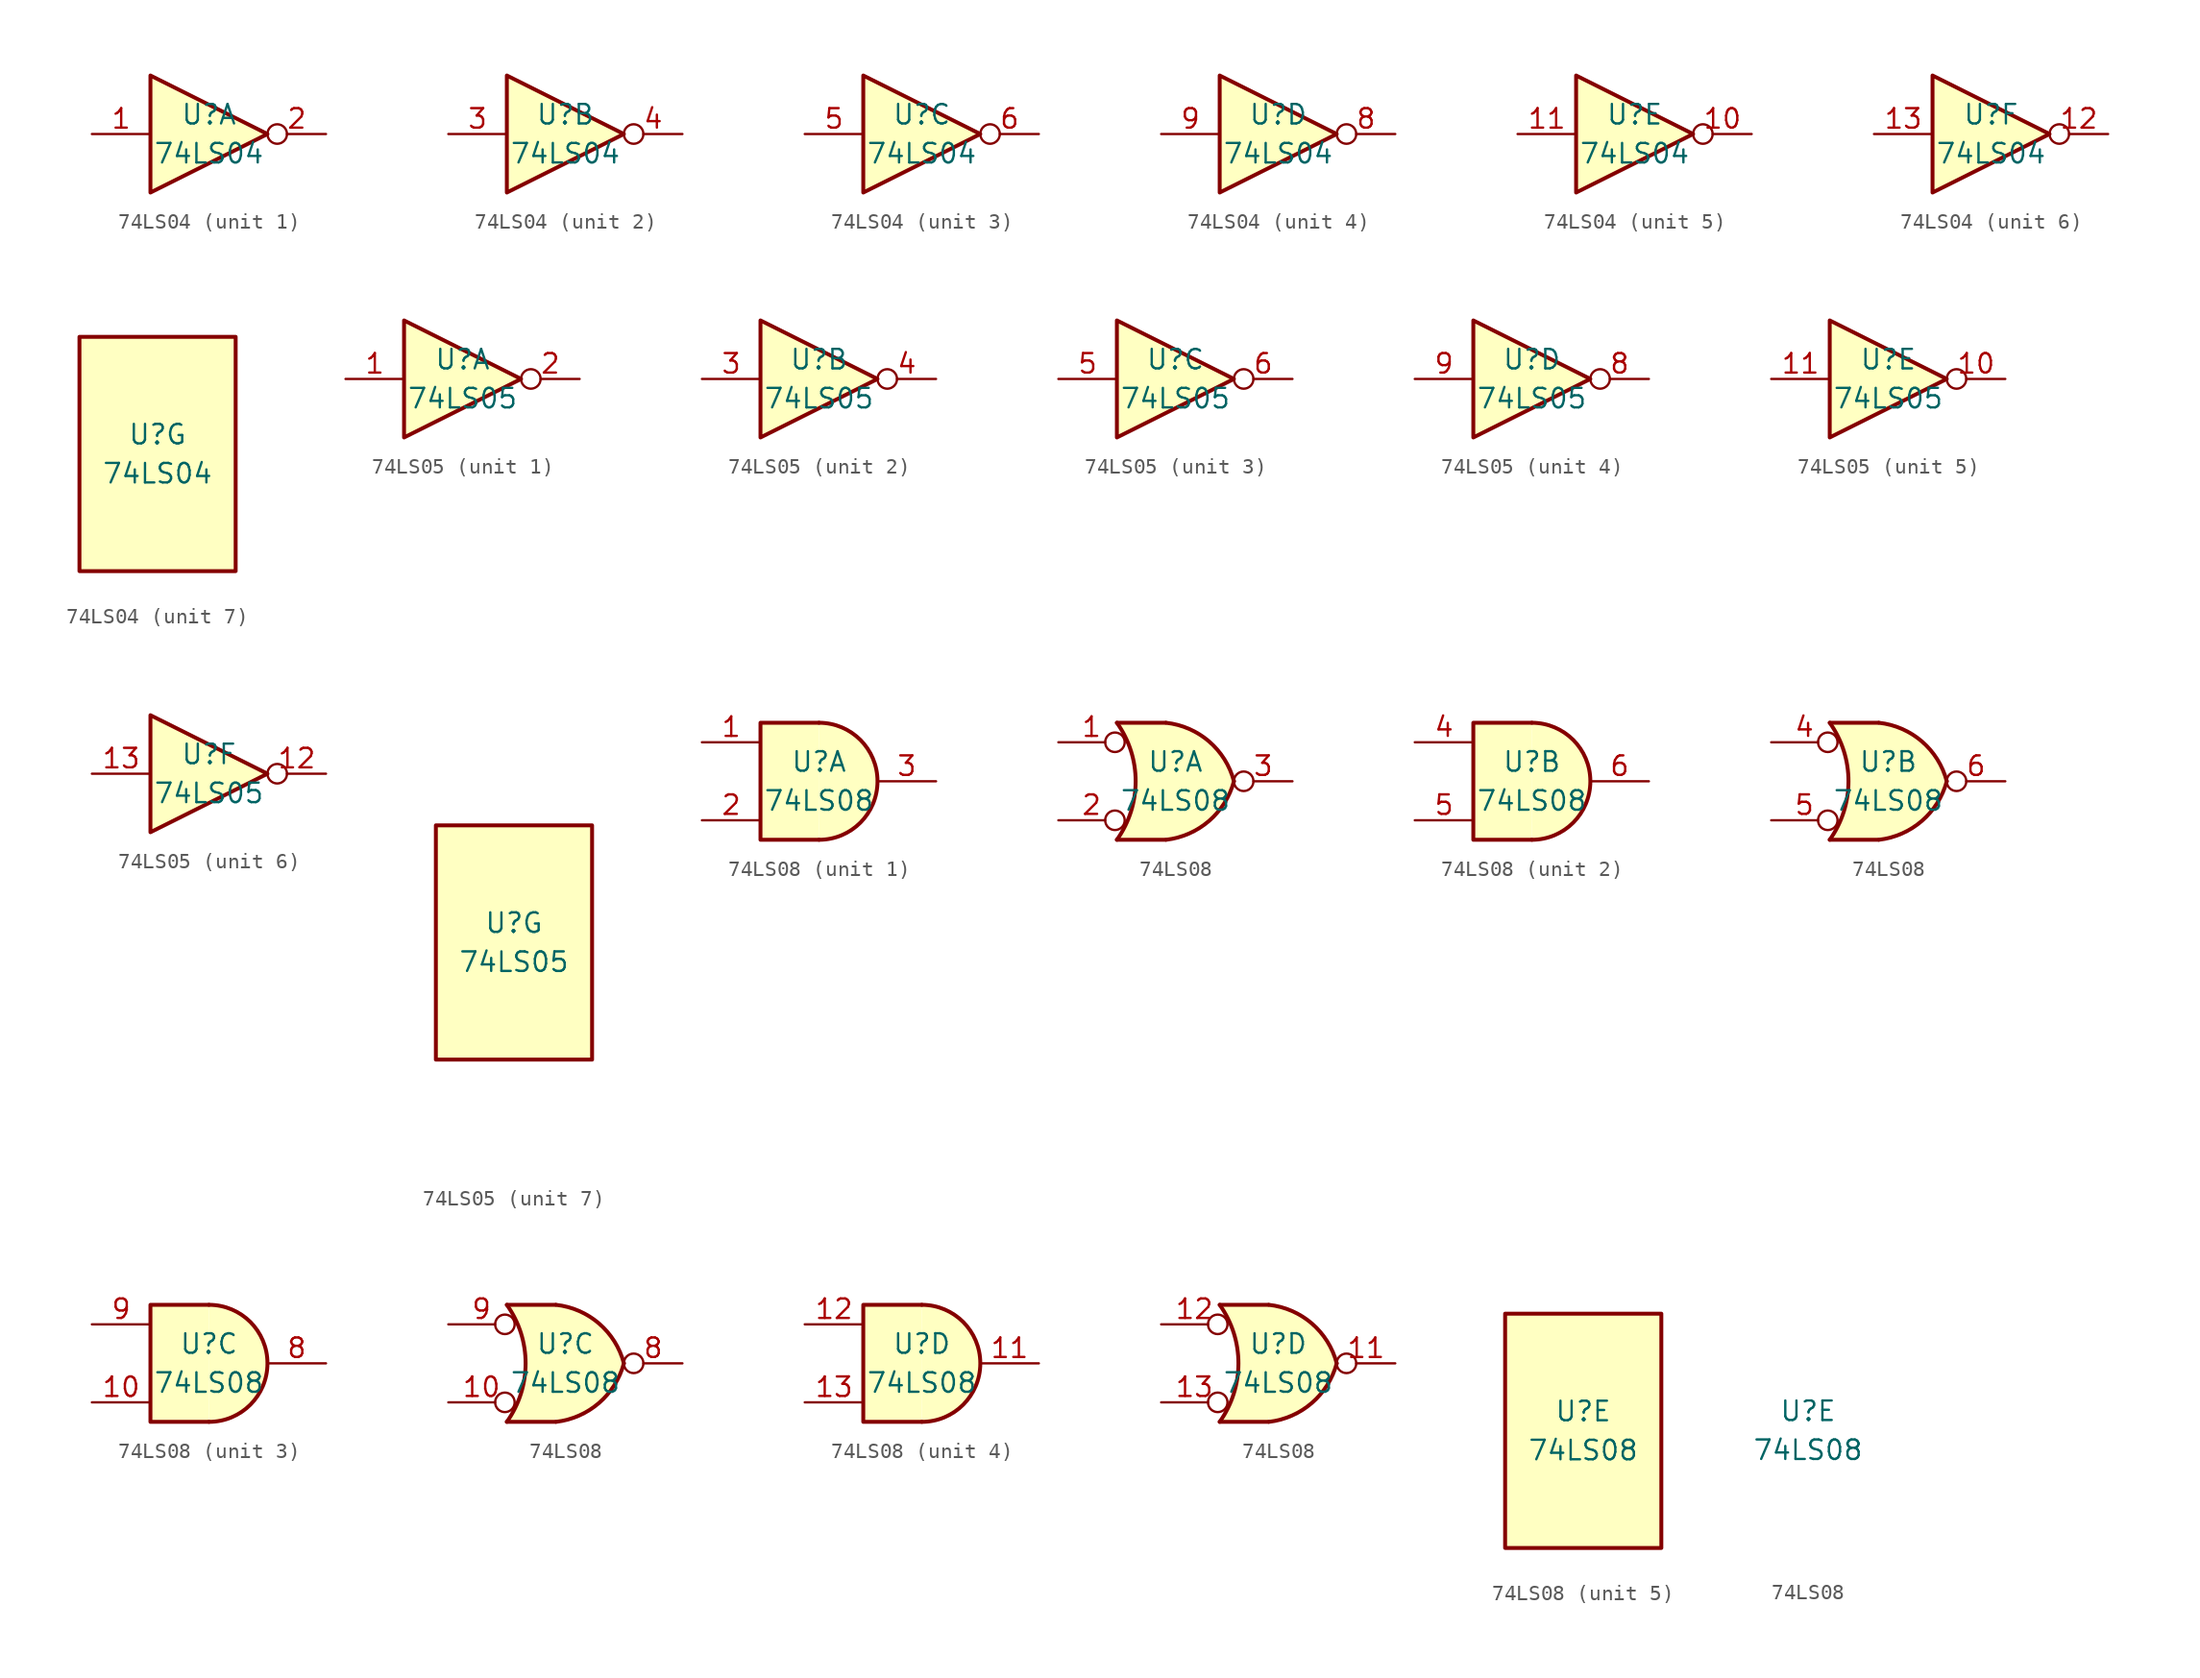
<source format=kicad_sym>
(kicad_symbol_lib
  (version 20211014)
  (generator kicad_symbol_editor)
  (symbol "74LS04"
    (pin_names
      (offset 1.016))
    (property "Reference" "U"
      (at 0 1.27 0)
      (effects (font (size 1.27 1.27))))
    (property "Value" "74LS04"
      (at 0 -1.27 0)
      (effects (font (size 1.27 1.27))))
    (property "ki_locked" ""
      (at 0 0 0)
      (effects (font (size 1.27 1.27))))
    (symbol "74LS04_1_0"
      (polyline (pts (xy -3.81 3.81) (xy -3.81 -3.81) (xy 3.81 0) (xy -3.81 3.81)) (stroke (width 0.254) (type default) (color 0 0 0 0)) (fill (type background)))
      (pin input line (at -7.62 0 0) (length 3.81) (name "~" (effects (font (size 1.27 1.27)))) (number "1" (effects (font (size 1.27 1.27)))))
      (pin output inverted (at 7.62 0 180) (length 3.81) (name "~" (effects (font (size 1.27 1.27)))) (number "2" (effects (font (size 1.27 1.27))))))
    (symbol "74LS04_2_0"
      (polyline (pts (xy -3.81 3.81) (xy -3.81 -3.81) (xy 3.81 0) (xy -3.81 3.81)) (stroke (width 0.254) (type default) (color 0 0 0 0)) (fill (type background)))
      (pin input line (at -7.62 0 0) (length 3.81) (name "~" (effects (font (size 1.27 1.27)))) (number "3" (effects (font (size 1.27 1.27)))))
      (pin output inverted (at 7.62 0 180) (length 3.81) (name "~" (effects (font (size 1.27 1.27)))) (number "4" (effects (font (size 1.27 1.27))))))
    (symbol "74LS04_3_0"
      (polyline (pts (xy -3.81 3.81) (xy -3.81 -3.81) (xy 3.81 0) (xy -3.81 3.81)) (stroke (width 0.254) (type default) (color 0 0 0 0)) (fill (type background)))
      (pin input line (at -7.62 0 0) (length 3.81) (name "~" (effects (font (size 1.27 1.27)))) (number "5" (effects (font (size 1.27 1.27)))))
      (pin output inverted (at 7.62 0 180) (length 3.81) (name "~" (effects (font (size 1.27 1.27)))) (number "6" (effects (font (size 1.27 1.27))))))
    (symbol "74LS04_4_0"
      (polyline (pts (xy -3.81 3.81) (xy -3.81 -3.81) (xy 3.81 0) (xy -3.81 3.81)) (stroke (width 0.254) (type default) (color 0 0 0 0)) (fill (type background)))
      (pin output inverted (at 7.62 0 180) (length 3.81) (name "~" (effects (font (size 1.27 1.27)))) (number "8" (effects (font (size 1.27 1.27)))))
      (pin input line (at -7.62 0 0) (length 3.81) (name "~" (effects (font (size 1.27 1.27)))) (number "9" (effects (font (size 1.27 1.27))))))
    (symbol "74LS04_5_0"
      (polyline (pts (xy -3.81 3.81) (xy -3.81 -3.81) (xy 3.81 0) (xy -3.81 3.81)) (stroke (width 0.254) (type default) (color 0 0 0 0)) (fill (type background)))
      (pin output inverted (at 7.62 0 180) (length 3.81) (name "~" (effects (font (size 1.27 1.27)))) (number "10" (effects (font (size 1.27 1.27)))))
      (pin input line (at -7.62 0 0) (length 3.81) (name "~" (effects (font (size 1.27 1.27)))) (number "11" (effects (font (size 1.27 1.27))))))
    (symbol "74LS04_6_0"
      (polyline (pts (xy -3.81 3.81) (xy -3.81 -3.81) (xy 3.81 0) (xy -3.81 3.81)) (stroke (width 0.254) (type default) (color 0 0 0 0)) (fill (type background)))
      (pin output inverted (at 7.62 0 180) (length 3.81) (name "~" (effects (font (size 1.27 1.27)))) (number "12" (effects (font (size 1.27 1.27)))))
      (pin input line (at -7.62 0 0) (length 3.81) (name "~" (effects (font (size 1.27 1.27)))) (number "13" (effects (font (size 1.27 1.27))))))
    (symbol "74LS04_7_0"
      (pin power_in line (at 0 7.62 270) (length 5.08) hide (name "VCC" (effects (font (size 1.27 1.27)))) (number "14" (effects (font (size 1.27 1.27)))))
      (pin power_in line (at 0 -7.62 90) (length 5.08) hide (name "VSS" (effects (font (size 1.27 1.27)))) (number "7" (effects (font (size 1.27 1.27))))))
    (symbol "74LS04_7_1"
      (rectangle (start -5.08 7.62) (end 5.08 -7.62) (stroke (width 0.254) (type default) (color 0 0 0 0)) (fill (type background)))))
  (symbol "74LS05"
    (pin_names
      (offset 1.016))
    (property "Reference" "U"
      (at 0 1.27 0)
      (effects (font (size 1.27 1.27))))
    (property "Value" "74LS05"
      (at 0 -1.27 0)
      (effects (font (size 1.27 1.27))))
    (property "ki_locked" ""
      (at 0 0 0)
      (effects (font (size 1.27 1.27))))
    (symbol "74LS05_1_0"
      (polyline (pts (xy -3.81 3.81) (xy -3.81 -3.81) (xy 3.81 0) (xy -3.81 3.81)) (stroke (width 0.254) (type default) (color 0 0 0 0)) (fill (type background)))
      (pin input line (at -7.62 0 0) (length 3.81) (name "~" (effects (font (size 1.27 1.27)))) (number "1" (effects (font (size 1.27 1.27)))))
      (pin open_collector inverted (at 7.62 0 180) (length 3.81) (name "~" (effects (font (size 1.27 1.27)))) (number "2" (effects (font (size 1.27 1.27))))))
    (symbol "74LS05_2_0"
      (polyline (pts (xy -3.81 3.81) (xy -3.81 -3.81) (xy 3.81 0) (xy -3.81 3.81)) (stroke (width 0.254) (type default) (color 0 0 0 0)) (fill (type background)))
      (pin input line (at -7.62 0 0) (length 3.81) (name "~" (effects (font (size 1.27 1.27)))) (number "3" (effects (font (size 1.27 1.27)))))
      (pin open_collector inverted (at 7.62 0 180) (length 3.81) (name "~" (effects (font (size 1.27 1.27)))) (number "4" (effects (font (size 1.27 1.27))))))
    (symbol "74LS05_3_0"
      (polyline (pts (xy -3.81 3.81) (xy -3.81 -3.81) (xy 3.81 0) (xy -3.81 3.81)) (stroke (width 0.254) (type default) (color 0 0 0 0)) (fill (type background)))
      (pin input line (at -7.62 0 0) (length 3.81) (name "~" (effects (font (size 1.27 1.27)))) (number "5" (effects (font (size 1.27 1.27)))))
      (pin open_collector inverted (at 7.62 0 180) (length 3.81) (name "~" (effects (font (size 1.27 1.27)))) (number "6" (effects (font (size 1.27 1.27))))))
    (symbol "74LS05_4_0"
      (polyline (pts (xy -3.81 3.81) (xy -3.81 -3.81) (xy 3.81 0) (xy -3.81 3.81)) (stroke (width 0.254) (type default) (color 0 0 0 0)) (fill (type background)))
      (pin open_collector inverted (at 7.62 0 180) (length 3.81) (name "~" (effects (font (size 1.27 1.27)))) (number "8" (effects (font (size 1.27 1.27)))))
      (pin input line (at -7.62 0 0) (length 3.81) (name "~" (effects (font (size 1.27 1.27)))) (number "9" (effects (font (size 1.27 1.27))))))
    (symbol "74LS05_5_0"
      (polyline (pts (xy -3.81 3.81) (xy -3.81 -3.81) (xy 3.81 0) (xy -3.81 3.81)) (stroke (width 0.254) (type default) (color 0 0 0 0)) (fill (type background)))
      (pin open_collector inverted (at 7.62 0 180) (length 3.81) (name "~" (effects (font (size 1.27 1.27)))) (number "10" (effects (font (size 1.27 1.27)))))
      (pin input line (at -7.62 0 0) (length 3.81) (name "~" (effects (font (size 1.27 1.27)))) (number "11" (effects (font (size 1.27 1.27))))))
    (symbol "74LS05_6_0"
      (polyline (pts (xy -3.81 3.81) (xy -3.81 -3.81) (xy 3.81 0) (xy -3.81 3.81)) (stroke (width 0.254) (type default) (color 0 0 0 0)) (fill (type background)))
      (pin open_collector inverted (at 7.62 0 180) (length 3.81) (name "~" (effects (font (size 1.27 1.27)))) (number "12" (effects (font (size 1.27 1.27)))))
      (pin input line (at -7.62 0 0) (length 3.81) (name "~" (effects (font (size 1.27 1.27)))) (number "13" (effects (font (size 1.27 1.27))))))
    (symbol "74LS05_7_0"
      (pin input line (at 0 12.7 270) (length 5.08) hide (name "VCC" (effects (font (size 1.27 1.27)))) (number "14" (effects (font (size 1.27 1.27)))))
      (pin input line (at 0 -12.7 90) (length 5.08) hide (name "GND" (effects (font (size 1.27 1.27)))) (number "7" (effects (font (size 1.27 1.27))))))
    (symbol "74LS05_7_1"
      (rectangle (start -5.08 7.62) (end 5.08 -7.62) (stroke (width 0.254) (type default) (color 0 0 0 0)) (fill (type background)))))
  (symbol "74LS08"
    (pin_names
      (offset 1.016))
    (property "Reference" "U"
      (at 0 1.27 0)
      (effects (font (size 1.27 1.27))))
    (property "Value" "74LS08"
      (at 0 -1.27 0)
      (effects (font (size 1.27 1.27))))
    (property "ki_locked" ""
      (at 0 0 0)
      (effects (font (size 1.27 1.27))))
    (symbol "74LS08_1_1"
      (arc (start 0 -3.81) (mid 3.81 0) (end 0 3.81) (stroke (width 0.254) (type default) (color 0 0 0 0)) (fill (type background)))
      (polyline (pts (xy 0 3.81) (xy -3.81 3.81) (xy -3.81 -3.81) (xy 0 -3.81)) (stroke (width 0.254) (type default) (color 0 0 0 0)) (fill (type background)))
      (pin input line (at -7.62 2.54 0) (length 3.81) (name "~" (effects (font (size 1.27 1.27)))) (number "1" (effects (font (size 1.27 1.27)))))
      (pin input line (at -7.62 -2.54 0) (length 3.81) (name "~" (effects (font (size 1.27 1.27)))) (number "2" (effects (font (size 1.27 1.27)))))
      (pin output line (at 7.62 0 180) (length 3.81) (name "~" (effects (font (size 1.27 1.27)))) (number "3" (effects (font (size 1.27 1.27))))))
    (symbol "74LS08_1_2"
      (arc (start -3.81 -3.81) (mid -2.589 0) (end -3.81 3.81) (stroke (width 0.254) (type default) (color 0 0 0 0)) (fill (type none)))
      (arc (start -0.6096 -3.81) (mid 2.1842 -2.5851) (end 3.81 0) (stroke (width 0.254) (type default) (color 0 0 0 0)) (fill (type background)))
      (polyline (pts (xy -3.81 -3.81) (xy -0.635 -3.81)) (stroke (width 0.254) (type default) (color 0 0 0 0)) (fill (type background)))
      (polyline (pts (xy -3.81 3.81) (xy -0.635 3.81)) (stroke (width 0.254) (type default) (color 0 0 0 0)) (fill (type background)))
      (polyline (pts (xy -0.635 3.81) (xy -3.81 3.81) (xy -3.81 3.81) (xy -3.556 3.404) (xy -3.023 2.261) (xy -2.692 1.041) (xy -2.616 -0.254) (xy -2.769 -1.499) (xy -3.175 -2.718) (xy -3.81 -3.81) (xy -3.81 -3.81) (xy -0.635 -3.81)) (stroke (width -25.4) (type default) (color 0 0 0 0)) (fill (type background)))
      (arc (start 3.81 0) (mid 2.1915 2.5936) (end -0.6096 3.81) (stroke (width 0.254) (type default) (color 0 0 0 0)) (fill (type background)))
      (pin input inverted (at -7.62 2.54 0) (length 4.318) (name "~" (effects (font (size 1.27 1.27)))) (number "1" (effects (font (size 1.27 1.27)))))
      (pin input inverted (at -7.62 -2.54 0) (length 4.318) (name "~" (effects (font (size 1.27 1.27)))) (number "2" (effects (font (size 1.27 1.27)))))
      (pin output inverted (at 7.62 0 180) (length 3.81) (name "~" (effects (font (size 1.27 1.27)))) (number "3" (effects (font (size 1.27 1.27))))))
    (symbol "74LS08_2_1"
      (arc (start 0 -3.81) (mid 3.81 0) (end 0 3.81) (stroke (width 0.254) (type default) (color 0 0 0 0)) (fill (type background)))
      (polyline (pts (xy 0 3.81) (xy -3.81 3.81) (xy -3.81 -3.81) (xy 0 -3.81)) (stroke (width 0.254) (type default) (color 0 0 0 0)) (fill (type background)))
      (pin input line (at -7.62 2.54 0) (length 3.81) (name "~" (effects (font (size 1.27 1.27)))) (number "4" (effects (font (size 1.27 1.27)))))
      (pin input line (at -7.62 -2.54 0) (length 3.81) (name "~" (effects (font (size 1.27 1.27)))) (number "5" (effects (font (size 1.27 1.27)))))
      (pin output line (at 7.62 0 180) (length 3.81) (name "~" (effects (font (size 1.27 1.27)))) (number "6" (effects (font (size 1.27 1.27))))))
    (symbol "74LS08_2_2"
      (arc (start -3.81 -3.81) (mid -2.589 0) (end -3.81 3.81) (stroke (width 0.254) (type default) (color 0 0 0 0)) (fill (type none)))
      (arc (start -0.6096 -3.81) (mid 2.1842 -2.5851) (end 3.81 0) (stroke (width 0.254) (type default) (color 0 0 0 0)) (fill (type background)))
      (polyline (pts (xy -3.81 -3.81) (xy -0.635 -3.81)) (stroke (width 0.254) (type default) (color 0 0 0 0)) (fill (type background)))
      (polyline (pts (xy -3.81 3.81) (xy -0.635 3.81)) (stroke (width 0.254) (type default) (color 0 0 0 0)) (fill (type background)))
      (polyline (pts (xy -0.635 3.81) (xy -3.81 3.81) (xy -3.81 3.81) (xy -3.556 3.404) (xy -3.023 2.261) (xy -2.692 1.041) (xy -2.616 -0.254) (xy -2.769 -1.499) (xy -3.175 -2.718) (xy -3.81 -3.81) (xy -3.81 -3.81) (xy -0.635 -3.81)) (stroke (width -25.4) (type default) (color 0 0 0 0)) (fill (type background)))
      (arc (start 3.81 0) (mid 2.1915 2.5936) (end -0.6096 3.81) (stroke (width 0.254) (type default) (color 0 0 0 0)) (fill (type background)))
      (pin input inverted (at -7.62 2.54 0) (length 4.318) (name "~" (effects (font (size 1.27 1.27)))) (number "4" (effects (font (size 1.27 1.27)))))
      (pin input inverted (at -7.62 -2.54 0) (length 4.318) (name "~" (effects (font (size 1.27 1.27)))) (number "5" (effects (font (size 1.27 1.27)))))
      (pin output inverted (at 7.62 0 180) (length 3.81) (name "~" (effects (font (size 1.27 1.27)))) (number "6" (effects (font (size 1.27 1.27))))))
    (symbol "74LS08_3_1"
      (arc (start 0 -3.81) (mid 3.81 0) (end 0 3.81) (stroke (width 0.254) (type default) (color 0 0 0 0)) (fill (type background)))
      (polyline (pts (xy 0 3.81) (xy -3.81 3.81) (xy -3.81 -3.81) (xy 0 -3.81)) (stroke (width 0.254) (type default) (color 0 0 0 0)) (fill (type background)))
      (pin input line (at -7.62 -2.54 0) (length 3.81) (name "~" (effects (font (size 1.27 1.27)))) (number "10" (effects (font (size 1.27 1.27)))))
      (pin output line (at 7.62 0 180) (length 3.81) (name "~" (effects (font (size 1.27 1.27)))) (number "8" (effects (font (size 1.27 1.27)))))
      (pin input line (at -7.62 2.54 0) (length 3.81) (name "~" (effects (font (size 1.27 1.27)))) (number "9" (effects (font (size 1.27 1.27))))))
    (symbol "74LS08_3_2"
      (arc (start -3.81 -3.81) (mid -2.589 0) (end -3.81 3.81) (stroke (width 0.254) (type default) (color 0 0 0 0)) (fill (type none)))
      (arc (start -0.6096 -3.81) (mid 2.1842 -2.5851) (end 3.81 0) (stroke (width 0.254) (type default) (color 0 0 0 0)) (fill (type background)))
      (polyline (pts (xy -3.81 -3.81) (xy -0.635 -3.81)) (stroke (width 0.254) (type default) (color 0 0 0 0)) (fill (type background)))
      (polyline (pts (xy -3.81 3.81) (xy -0.635 3.81)) (stroke (width 0.254) (type default) (color 0 0 0 0)) (fill (type background)))
      (polyline (pts (xy -0.635 3.81) (xy -3.81 3.81) (xy -3.81 3.81) (xy -3.556 3.404) (xy -3.023 2.261) (xy -2.692 1.041) (xy -2.616 -0.254) (xy -2.769 -1.499) (xy -3.175 -2.718) (xy -3.81 -3.81) (xy -3.81 -3.81) (xy -0.635 -3.81)) (stroke (width -25.4) (type default) (color 0 0 0 0)) (fill (type background)))
      (arc (start 3.81 0) (mid 2.1915 2.5936) (end -0.6096 3.81) (stroke (width 0.254) (type default) (color 0 0 0 0)) (fill (type background)))
      (pin input inverted (at -7.62 -2.54 0) (length 4.318) (name "~" (effects (font (size 1.27 1.27)))) (number "10" (effects (font (size 1.27 1.27)))))
      (pin output inverted (at 7.62 0 180) (length 3.81) (name "~" (effects (font (size 1.27 1.27)))) (number "8" (effects (font (size 1.27 1.27)))))
      (pin input inverted (at -7.62 2.54 0) (length 4.318) (name "~" (effects (font (size 1.27 1.27)))) (number "9" (effects (font (size 1.27 1.27))))))
    (symbol "74LS08_4_1"
      (arc (start 0 -3.81) (mid 3.81 0) (end 0 3.81) (stroke (width 0.254) (type default) (color 0 0 0 0)) (fill (type background)))
      (polyline (pts (xy 0 3.81) (xy -3.81 3.81) (xy -3.81 -3.81) (xy 0 -3.81)) (stroke (width 0.254) (type default) (color 0 0 0 0)) (fill (type background)))
      (pin output line (at 7.62 0 180) (length 3.81) (name "~" (effects (font (size 1.27 1.27)))) (number "11" (effects (font (size 1.27 1.27)))))
      (pin input line (at -7.62 2.54 0) (length 3.81) (name "~" (effects (font (size 1.27 1.27)))) (number "12" (effects (font (size 1.27 1.27)))))
      (pin input line (at -7.62 -2.54 0) (length 3.81) (name "~" (effects (font (size 1.27 1.27)))) (number "13" (effects (font (size 1.27 1.27))))))
    (symbol "74LS08_4_2"
      (arc (start -3.81 -3.81) (mid -2.589 0) (end -3.81 3.81) (stroke (width 0.254) (type default) (color 0 0 0 0)) (fill (type none)))
      (arc (start -0.6096 -3.81) (mid 2.1842 -2.5851) (end 3.81 0) (stroke (width 0.254) (type default) (color 0 0 0 0)) (fill (type background)))
      (polyline (pts (xy -3.81 -3.81) (xy -0.635 -3.81)) (stroke (width 0.254) (type default) (color 0 0 0 0)) (fill (type background)))
      (polyline (pts (xy -3.81 3.81) (xy -0.635 3.81)) (stroke (width 0.254) (type default) (color 0 0 0 0)) (fill (type background)))
      (polyline (pts (xy -0.635 3.81) (xy -3.81 3.81) (xy -3.81 3.81) (xy -3.556 3.404) (xy -3.023 2.261) (xy -2.692 1.041) (xy -2.616 -0.254) (xy -2.769 -1.499) (xy -3.175 -2.718) (xy -3.81 -3.81) (xy -3.81 -3.81) (xy -0.635 -3.81)) (stroke (width -25.4) (type default) (color 0 0 0 0)) (fill (type background)))
      (arc (start 3.81 0) (mid 2.1915 2.5936) (end -0.6096 3.81) (stroke (width 0.254) (type default) (color 0 0 0 0)) (fill (type background)))
      (pin output inverted (at 7.62 0 180) (length 3.81) (name "~" (effects (font (size 1.27 1.27)))) (number "11" (effects (font (size 1.27 1.27)))))
      (pin input inverted (at -7.62 2.54 0) (length 4.318) (name "~" (effects (font (size 1.27 1.27)))) (number "12" (effects (font (size 1.27 1.27)))))
      (pin input inverted (at -7.62 -2.54 0) (length 4.318) (name "~" (effects (font (size 1.27 1.27)))) (number "13" (effects (font (size 1.27 1.27))))))
    (symbol "74LS08_5_0"
      (pin power_in line (at 0 7.62 270) (length 5.08) hide (name "VCC" (effects (font (size 1.27 1.27)))) (number "14" (effects (font (size 1.27 1.27)))))
      (pin power_in line (at 0 -7.62 90) (length 5.08) hide (name "VSS" (effects (font (size 1.27 1.27)))) (number "7" (effects (font (size 1.27 1.27))))))
    (symbol "74LS08_5_1"
      (rectangle (start -5.08 7.62) (end 5.08 -7.62) (stroke (width 0.254) (type default) (color 0 0 0 0)) (fill (type background))))))
</source>
